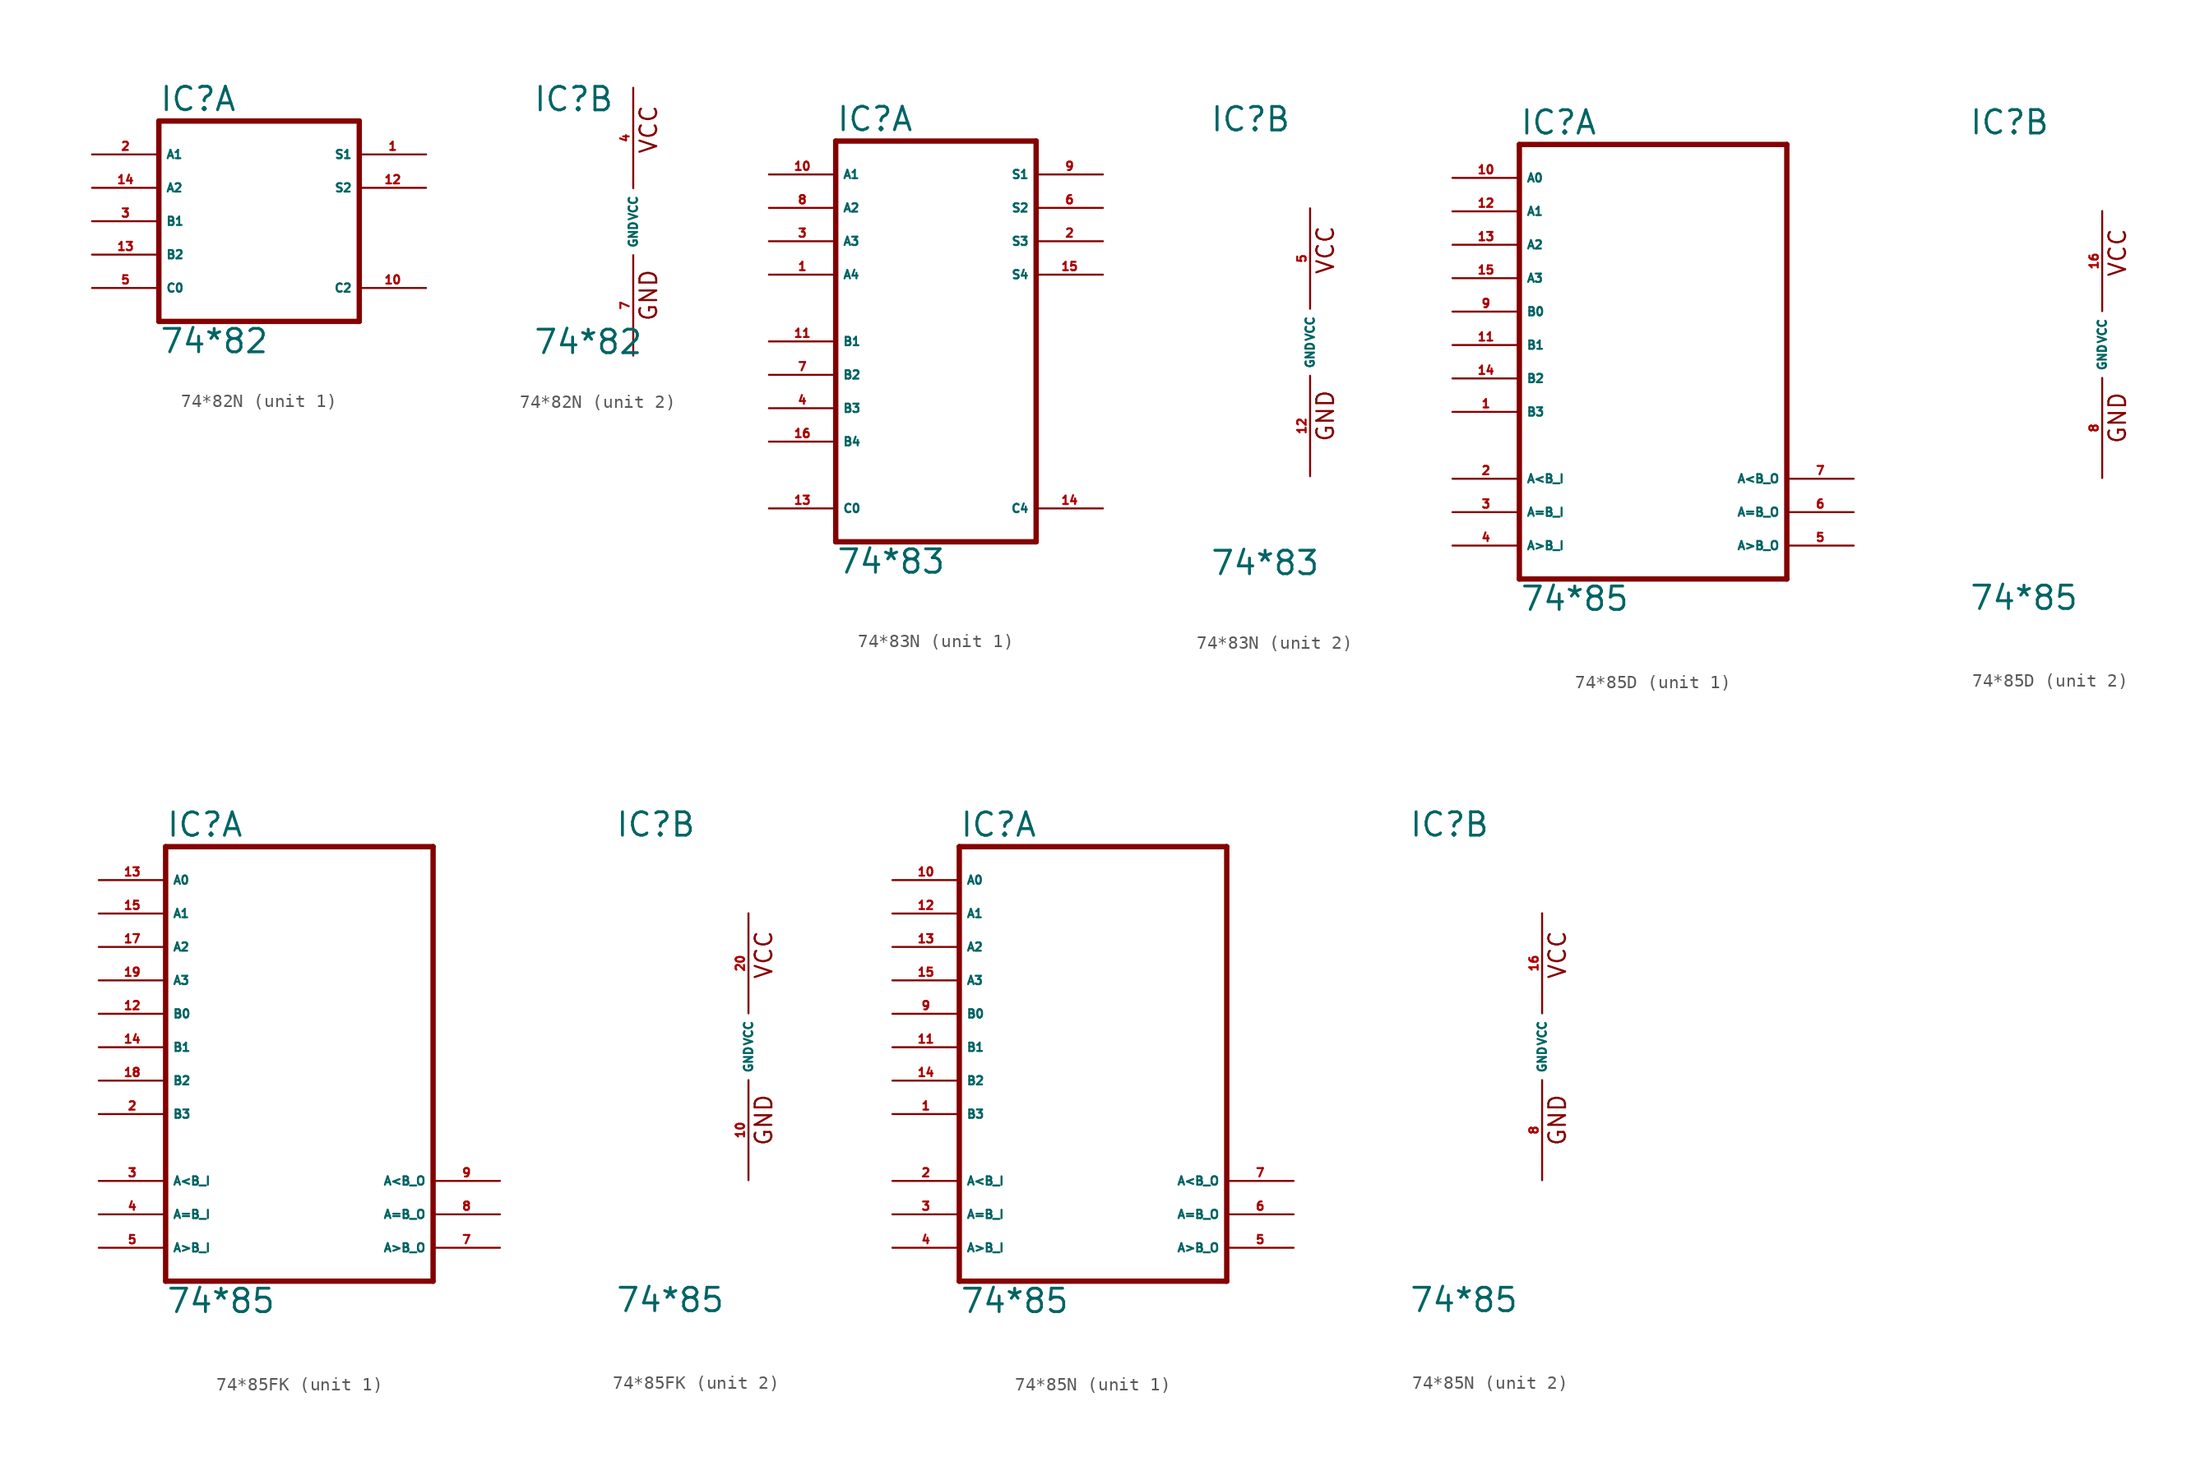
<source format=kicad_sym>
(kicad_symbol_lib
  (version 20220914)
  (generator Eagle2Kicad)
  (symbol "74*82N"
    (property "Reference" "IC"
      (at -7.62 8.255 0)
      (effects (font (size 1.778 1.778) (thickness 0.22)) (justify left bottom)))
    (property "Value" "74*82"
      (at -7.62 -10.16 0)
      (effects (font (size 1.778 1.778) (thickness 0.22)) (justify left bottom)))
    (symbol "74*82N_1_0"
      (polyline (pts (xy -7.62 -7.62) (xy 7.62 -7.62)) (stroke (width 0.406) (type default)) (fill (type none)))
      (polyline (pts (xy 7.62 -7.62) (xy 7.62 7.62)) (stroke (width 0.406) (type default)) (fill (type none)))
      (polyline (pts (xy 7.62 7.62) (xy -7.62 7.62)) (stroke (width 0.406) (type default)) (fill (type none)))
      (polyline (pts (xy -7.62 7.62) (xy -7.62 -7.62)) (stroke (width 0.406) (type default)) (fill (type none)))
      (pin output line (at 12.7 5.08 180) (length 5.08) (name "S1" (effects (font (size 0.635 0.635) (thickness 0.08)) (justify left bottom))) (number "1" (effects (font (size 0.635 0.635) (thickness 0.08)) (justify left bottom))))
      (pin input line (at -12.7 5.08 0) (length 5.08) (name "A1" (effects (font (size 0.635 0.635) (thickness 0.08)) (justify left bottom))) (number "2" (effects (font (size 0.635 0.635) (thickness 0.08)) (justify left bottom))))
      (pin input line (at -12.7 0 0) (length 5.08) (name "B1" (effects (font (size 0.635 0.635) (thickness 0.08)) (justify left bottom))) (number "3" (effects (font (size 0.635 0.635) (thickness 0.08)) (justify left bottom))))
      (pin input line (at -12.7 -5.08 0) (length 5.08) (name "C0" (effects (font (size 0.635 0.635) (thickness 0.08)) (justify left bottom))) (number "5" (effects (font (size 0.635 0.635) (thickness 0.08)) (justify left bottom))))
      (pin output line (at 12.7 -5.08 180) (length 5.08) (name "C2" (effects (font (size 0.635 0.635) (thickness 0.08)) (justify left bottom))) (number "10" (effects (font (size 0.635 0.635) (thickness 0.08)) (justify left bottom))))
      (pin output line (at 12.7 2.54 180) (length 5.08) (name "S2" (effects (font (size 0.635 0.635) (thickness 0.08)) (justify left bottom))) (number "12" (effects (font (size 0.635 0.635) (thickness 0.08)) (justify left bottom))))
      (pin input line (at -12.7 -2.54 0) (length 5.08) (name "B2" (effects (font (size 0.635 0.635) (thickness 0.08)) (justify left bottom))) (number "13" (effects (font (size 0.635 0.635) (thickness 0.08)) (justify left bottom))))
      (pin input line (at -12.7 2.54 0) (length 5.08) (name "A2" (effects (font (size 0.635 0.635) (thickness 0.08)) (justify left bottom))) (number "14" (effects (font (size 0.635 0.635) (thickness 0.08)) (justify left bottom)))))
    (symbol "74*82N_2_0"
      (text "GND" (at 1.905 -7.62 900) (effects (font (size 1.27 1.27) (thickness 0.16)) (justify left bottom)))
      (text "VCC" (at 1.905 5.08 900) (effects (font (size 1.27 1.27) (thickness 0.16)) (justify left bottom)))
      (pin unspecified line (at 0 -10.16 90) (length 7.62) (name "GND" (effects (font (size 0.635 0.635) (thickness 0.08)) (justify left bottom))) (number "7" (effects (font (size 0.635 0.635) (thickness 0.08)) (justify left bottom))))
      (pin unspecified line (at 0 10.16 270) (length 7.62) (name "VCC" (effects (font (size 0.635 0.635) (thickness 0.08)) (justify left bottom))) (number "4" (effects (font (size 0.635 0.635) (thickness 0.08)) (justify left bottom))))))
  (symbol "74*83N"
    (property "Reference" "IC"
      (at -7.62 15.875 0)
      (effects (font (size 1.778 1.778) (thickness 0.22)) (justify left bottom)))
    (property "Value" "74*83"
      (at -7.62 -17.78 0)
      (effects (font (size 1.778 1.778) (thickness 0.22)) (justify left bottom)))
    (symbol "74*83N_1_0"
      (polyline (pts (xy -7.62 -15.24) (xy 7.62 -15.24)) (stroke (width 0.406) (type default)) (fill (type none)))
      (polyline (pts (xy 7.62 -15.24) (xy 7.62 15.24)) (stroke (width 0.406) (type default)) (fill (type none)))
      (polyline (pts (xy 7.62 15.24) (xy -7.62 15.24)) (stroke (width 0.406) (type default)) (fill (type none)))
      (polyline (pts (xy -7.62 15.24) (xy -7.62 -15.24)) (stroke (width 0.406) (type default)) (fill (type none)))
      (pin input line (at -12.7 5.08 0) (length 5.08) (name "A4" (effects (font (size 0.635 0.635) (thickness 0.08)) (justify left bottom))) (number "1" (effects (font (size 0.635 0.635) (thickness 0.08)) (justify left bottom))))
      (pin output line (at 12.7 7.62 180) (length 5.08) (name "S3" (effects (font (size 0.635 0.635) (thickness 0.08)) (justify left bottom))) (number "2" (effects (font (size 0.635 0.635) (thickness 0.08)) (justify left bottom))))
      (pin input line (at -12.7 7.62 0) (length 5.08) (name "A3" (effects (font (size 0.635 0.635) (thickness 0.08)) (justify left bottom))) (number "3" (effects (font (size 0.635 0.635) (thickness 0.08)) (justify left bottom))))
      (pin input line (at -12.7 -5.08 0) (length 5.08) (name "B3" (effects (font (size 0.635 0.635) (thickness 0.08)) (justify left bottom))) (number "4" (effects (font (size 0.635 0.635) (thickness 0.08)) (justify left bottom))))
      (pin output line (at 12.7 10.16 180) (length 5.08) (name "S2" (effects (font (size 0.635 0.635) (thickness 0.08)) (justify left bottom))) (number "6" (effects (font (size 0.635 0.635) (thickness 0.08)) (justify left bottom))))
      (pin input line (at -12.7 -2.54 0) (length 5.08) (name "B2" (effects (font (size 0.635 0.635) (thickness 0.08)) (justify left bottom))) (number "7" (effects (font (size 0.635 0.635) (thickness 0.08)) (justify left bottom))))
      (pin input line (at -12.7 10.16 0) (length 5.08) (name "A2" (effects (font (size 0.635 0.635) (thickness 0.08)) (justify left bottom))) (number "8" (effects (font (size 0.635 0.635) (thickness 0.08)) (justify left bottom))))
      (pin output line (at 12.7 12.7 180) (length 5.08) (name "S1" (effects (font (size 0.635 0.635) (thickness 0.08)) (justify left bottom))) (number "9" (effects (font (size 0.635 0.635) (thickness 0.08)) (justify left bottom))))
      (pin input line (at -12.7 12.7 0) (length 5.08) (name "A1" (effects (font (size 0.635 0.635) (thickness 0.08)) (justify left bottom))) (number "10" (effects (font (size 0.635 0.635) (thickness 0.08)) (justify left bottom))))
      (pin input line (at -12.7 0 0) (length 5.08) (name "B1" (effects (font (size 0.635 0.635) (thickness 0.08)) (justify left bottom))) (number "11" (effects (font (size 0.635 0.635) (thickness 0.08)) (justify left bottom))))
      (pin input line (at -12.7 -12.7 0) (length 5.08) (name "C0" (effects (font (size 0.635 0.635) (thickness 0.08)) (justify left bottom))) (number "13" (effects (font (size 0.635 0.635) (thickness 0.08)) (justify left bottom))))
      (pin output line (at 12.7 -12.7 180) (length 5.08) (name "C4" (effects (font (size 0.635 0.635) (thickness 0.08)) (justify left bottom))) (number "14" (effects (font (size 0.635 0.635) (thickness 0.08)) (justify left bottom))))
      (pin output line (at 12.7 5.08 180) (length 5.08) (name "S4" (effects (font (size 0.635 0.635) (thickness 0.08)) (justify left bottom))) (number "15" (effects (font (size 0.635 0.635) (thickness 0.08)) (justify left bottom))))
      (pin input line (at -12.7 -7.62 0) (length 5.08) (name "B4" (effects (font (size 0.635 0.635) (thickness 0.08)) (justify left bottom))) (number "16" (effects (font (size 0.635 0.635) (thickness 0.08)) (justify left bottom)))))
    (symbol "74*83N_2_0"
      (text "GND" (at 1.905 -7.62 900) (effects (font (size 1.27 1.27) (thickness 0.16)) (justify left bottom)))
      (text "VCC" (at 1.905 5.08 900) (effects (font (size 1.27 1.27) (thickness 0.16)) (justify left bottom)))
      (pin unspecified line (at 0 -10.16 90) (length 7.62) (name "GND" (effects (font (size 0.635 0.635) (thickness 0.08)) (justify left bottom))) (number "12" (effects (font (size 0.635 0.635) (thickness 0.08)) (justify left bottom))))
      (pin unspecified line (at 0 10.16 270) (length 7.62) (name "VCC" (effects (font (size 0.635 0.635) (thickness 0.08)) (justify left bottom))) (number "5" (effects (font (size 0.635 0.635) (thickness 0.08)) (justify left bottom))))))
  (symbol "74*85D"
    (property "Reference" "IC"
      (at -10.16 15.875 0)
      (effects (font (size 1.778 1.778) (thickness 0.22)) (justify left bottom)))
    (property "Value" "74*85"
      (at -10.16 -20.32 0)
      (effects (font (size 1.778 1.778) (thickness 0.22)) (justify left bottom)))
    (symbol "74*85D_1_0"
      (polyline (pts (xy -10.16 -17.78) (xy 10.16 -17.78)) (stroke (width 0.406) (type default)) (fill (type none)))
      (polyline (pts (xy 10.16 -17.78) (xy 10.16 15.24)) (stroke (width 0.406) (type default)) (fill (type none)))
      (polyline (pts (xy 10.16 15.24) (xy -10.16 15.24)) (stroke (width 0.406) (type default)) (fill (type none)))
      (polyline (pts (xy -10.16 15.24) (xy -10.16 -17.78)) (stroke (width 0.406) (type default)) (fill (type none)))
      (pin input line (at -15.24 -5.08 0) (length 5.08) (name "B3" (effects (font (size 0.635 0.635) (thickness 0.08)) (justify left bottom))) (number "1" (effects (font (size 0.635 0.635) (thickness 0.08)) (justify left bottom))))
      (pin input line (at -15.24 -10.16 0) (length 5.08) (name "A<B_I" (effects (font (size 0.635 0.635) (thickness 0.08)) (justify left bottom))) (number "2" (effects (font (size 0.635 0.635) (thickness 0.08)) (justify left bottom))))
      (pin input line (at -15.24 -12.7 0) (length 5.08) (name "A=B_I" (effects (font (size 0.635 0.635) (thickness 0.08)) (justify left bottom))) (number "3" (effects (font (size 0.635 0.635) (thickness 0.08)) (justify left bottom))))
      (pin input line (at -15.24 -15.24 0) (length 5.08) (name "A>B_I" (effects (font (size 0.635 0.635) (thickness 0.08)) (justify left bottom))) (number "4" (effects (font (size 0.635 0.635) (thickness 0.08)) (justify left bottom))))
      (pin output line (at 15.24 -15.24 180) (length 5.08) (name "A>B_O" (effects (font (size 0.635 0.635) (thickness 0.08)) (justify left bottom))) (number "5" (effects (font (size 0.635 0.635) (thickness 0.08)) (justify left bottom))))
      (pin output line (at 15.24 -12.7 180) (length 5.08) (name "A=B_O" (effects (font (size 0.635 0.635) (thickness 0.08)) (justify left bottom))) (number "6" (effects (font (size 0.635 0.635) (thickness 0.08)) (justify left bottom))))
      (pin output line (at 15.24 -10.16 180) (length 5.08) (name "A<B_O" (effects (font (size 0.635 0.635) (thickness 0.08)) (justify left bottom))) (number "7" (effects (font (size 0.635 0.635) (thickness 0.08)) (justify left bottom))))
      (pin input line (at -15.24 2.54 0) (length 5.08) (name "B0" (effects (font (size 0.635 0.635) (thickness 0.08)) (justify left bottom))) (number "9" (effects (font (size 0.635 0.635) (thickness 0.08)) (justify left bottom))))
      (pin input line (at -15.24 12.7 0) (length 5.08) (name "A0" (effects (font (size 0.635 0.635) (thickness 0.08)) (justify left bottom))) (number "10" (effects (font (size 0.635 0.635) (thickness 0.08)) (justify left bottom))))
      (pin input line (at -15.24 0 0) (length 5.08) (name "B1" (effects (font (size 0.635 0.635) (thickness 0.08)) (justify left bottom))) (number "11" (effects (font (size 0.635 0.635) (thickness 0.08)) (justify left bottom))))
      (pin input line (at -15.24 10.16 0) (length 5.08) (name "A1" (effects (font (size 0.635 0.635) (thickness 0.08)) (justify left bottom))) (number "12" (effects (font (size 0.635 0.635) (thickness 0.08)) (justify left bottom))))
      (pin input line (at -15.24 7.62 0) (length 5.08) (name "A2" (effects (font (size 0.635 0.635) (thickness 0.08)) (justify left bottom))) (number "13" (effects (font (size 0.635 0.635) (thickness 0.08)) (justify left bottom))))
      (pin input line (at -15.24 -2.54 0) (length 5.08) (name "B2" (effects (font (size 0.635 0.635) (thickness 0.08)) (justify left bottom))) (number "14" (effects (font (size 0.635 0.635) (thickness 0.08)) (justify left bottom))))
      (pin input line (at -15.24 5.08 0) (length 5.08) (name "A3" (effects (font (size 0.635 0.635) (thickness 0.08)) (justify left bottom))) (number "15" (effects (font (size 0.635 0.635) (thickness 0.08)) (justify left bottom)))))
    (symbol "74*85D_2_0"
      (text "GND" (at 1.905 -7.62 900) (effects (font (size 1.27 1.27) (thickness 0.16)) (justify left bottom)))
      (text "VCC" (at 1.905 5.08 900) (effects (font (size 1.27 1.27) (thickness 0.16)) (justify left bottom)))
      (pin unspecified line (at 0 -10.16 90) (length 7.62) (name "GND" (effects (font (size 0.635 0.635) (thickness 0.08)) (justify left bottom))) (number "8" (effects (font (size 0.635 0.635) (thickness 0.08)) (justify left bottom))))
      (pin unspecified line (at 0 10.16 270) (length 7.62) (name "VCC" (effects (font (size 0.635 0.635) (thickness 0.08)) (justify left bottom))) (number "16" (effects (font (size 0.635 0.635) (thickness 0.08)) (justify left bottom))))))
  (symbol "74*85FK"
    (property "Reference" "IC"
      (at -10.16 15.875 0)
      (effects (font (size 1.778 1.778) (thickness 0.22)) (justify left bottom)))
    (property "Value" "74*85"
      (at -10.16 -20.32 0)
      (effects (font (size 1.778 1.778) (thickness 0.22)) (justify left bottom)))
    (symbol "74*85FK_1_0"
      (polyline (pts (xy -10.16 -17.78) (xy 10.16 -17.78)) (stroke (width 0.406) (type default)) (fill (type none)))
      (polyline (pts (xy 10.16 -17.78) (xy 10.16 15.24)) (stroke (width 0.406) (type default)) (fill (type none)))
      (polyline (pts (xy 10.16 15.24) (xy -10.16 15.24)) (stroke (width 0.406) (type default)) (fill (type none)))
      (polyline (pts (xy -10.16 15.24) (xy -10.16 -17.78)) (stroke (width 0.406) (type default)) (fill (type none)))
      (pin input line (at -15.24 -5.08 0) (length 5.08) (name "B3" (effects (font (size 0.635 0.635) (thickness 0.08)) (justify left bottom))) (number "2" (effects (font (size 0.635 0.635) (thickness 0.08)) (justify left bottom))))
      (pin input line (at -15.24 -10.16 0) (length 5.08) (name "A<B_I" (effects (font (size 0.635 0.635) (thickness 0.08)) (justify left bottom))) (number "3" (effects (font (size 0.635 0.635) (thickness 0.08)) (justify left bottom))))
      (pin input line (at -15.24 -12.7 0) (length 5.08) (name "A=B_I" (effects (font (size 0.635 0.635) (thickness 0.08)) (justify left bottom))) (number "4" (effects (font (size 0.635 0.635) (thickness 0.08)) (justify left bottom))))
      (pin input line (at -15.24 -15.24 0) (length 5.08) (name "A>B_I" (effects (font (size 0.635 0.635) (thickness 0.08)) (justify left bottom))) (number "5" (effects (font (size 0.635 0.635) (thickness 0.08)) (justify left bottom))))
      (pin output line (at 15.24 -15.24 180) (length 5.08) (name "A>B_O" (effects (font (size 0.635 0.635) (thickness 0.08)) (justify left bottom))) (number "7" (effects (font (size 0.635 0.635) (thickness 0.08)) (justify left bottom))))
      (pin output line (at 15.24 -12.7 180) (length 5.08) (name "A=B_O" (effects (font (size 0.635 0.635) (thickness 0.08)) (justify left bottom))) (number "8" (effects (font (size 0.635 0.635) (thickness 0.08)) (justify left bottom))))
      (pin output line (at 15.24 -10.16 180) (length 5.08) (name "A<B_O" (effects (font (size 0.635 0.635) (thickness 0.08)) (justify left bottom))) (number "9" (effects (font (size 0.635 0.635) (thickness 0.08)) (justify left bottom))))
      (pin input line (at -15.24 2.54 0) (length 5.08) (name "B0" (effects (font (size 0.635 0.635) (thickness 0.08)) (justify left bottom))) (number "12" (effects (font (size 0.635 0.635) (thickness 0.08)) (justify left bottom))))
      (pin input line (at -15.24 12.7 0) (length 5.08) (name "A0" (effects (font (size 0.635 0.635) (thickness 0.08)) (justify left bottom))) (number "13" (effects (font (size 0.635 0.635) (thickness 0.08)) (justify left bottom))))
      (pin input line (at -15.24 0 0) (length 5.08) (name "B1" (effects (font (size 0.635 0.635) (thickness 0.08)) (justify left bottom))) (number "14" (effects (font (size 0.635 0.635) (thickness 0.08)) (justify left bottom))))
      (pin input line (at -15.24 10.16 0) (length 5.08) (name "A1" (effects (font (size 0.635 0.635) (thickness 0.08)) (justify left bottom))) (number "15" (effects (font (size 0.635 0.635) (thickness 0.08)) (justify left bottom))))
      (pin input line (at -15.24 7.62 0) (length 5.08) (name "A2" (effects (font (size 0.635 0.635) (thickness 0.08)) (justify left bottom))) (number "17" (effects (font (size 0.635 0.635) (thickness 0.08)) (justify left bottom))))
      (pin input line (at -15.24 -2.54 0) (length 5.08) (name "B2" (effects (font (size 0.635 0.635) (thickness 0.08)) (justify left bottom))) (number "18" (effects (font (size 0.635 0.635) (thickness 0.08)) (justify left bottom))))
      (pin input line (at -15.24 5.08 0) (length 5.08) (name "A3" (effects (font (size 0.635 0.635) (thickness 0.08)) (justify left bottom))) (number "19" (effects (font (size 0.635 0.635) (thickness 0.08)) (justify left bottom)))))
    (symbol "74*85FK_2_0"
      (text "GND" (at 1.905 -7.62 900) (effects (font (size 1.27 1.27) (thickness 0.16)) (justify left bottom)))
      (text "VCC" (at 1.905 5.08 900) (effects (font (size 1.27 1.27) (thickness 0.16)) (justify left bottom)))
      (pin unspecified line (at 0 -10.16 90) (length 7.62) (name "GND" (effects (font (size 0.635 0.635) (thickness 0.08)) (justify left bottom))) (number "10" (effects (font (size 0.635 0.635) (thickness 0.08)) (justify left bottom))))
      (pin unspecified line (at 0 10.16 270) (length 7.62) (name "VCC" (effects (font (size 0.635 0.635) (thickness 0.08)) (justify left bottom))) (number "20" (effects (font (size 0.635 0.635) (thickness 0.08)) (justify left bottom))))))
  (symbol "74*85N"
    (property "Reference" "IC"
      (at -10.16 15.875 0)
      (effects (font (size 1.778 1.778) (thickness 0.22)) (justify left bottom)))
    (property "Value" "74*85"
      (at -10.16 -20.32 0)
      (effects (font (size 1.778 1.778) (thickness 0.22)) (justify left bottom)))
    (symbol "74*85N_1_0"
      (polyline (pts (xy -10.16 -17.78) (xy 10.16 -17.78)) (stroke (width 0.406) (type default)) (fill (type none)))
      (polyline (pts (xy 10.16 -17.78) (xy 10.16 15.24)) (stroke (width 0.406) (type default)) (fill (type none)))
      (polyline (pts (xy 10.16 15.24) (xy -10.16 15.24)) (stroke (width 0.406) (type default)) (fill (type none)))
      (polyline (pts (xy -10.16 15.24) (xy -10.16 -17.78)) (stroke (width 0.406) (type default)) (fill (type none)))
      (pin input line (at -15.24 -5.08 0) (length 5.08) (name "B3" (effects (font (size 0.635 0.635) (thickness 0.08)) (justify left bottom))) (number "1" (effects (font (size 0.635 0.635) (thickness 0.08)) (justify left bottom))))
      (pin input line (at -15.24 -10.16 0) (length 5.08) (name "A<B_I" (effects (font (size 0.635 0.635) (thickness 0.08)) (justify left bottom))) (number "2" (effects (font (size 0.635 0.635) (thickness 0.08)) (justify left bottom))))
      (pin input line (at -15.24 -12.7 0) (length 5.08) (name "A=B_I" (effects (font (size 0.635 0.635) (thickness 0.08)) (justify left bottom))) (number "3" (effects (font (size 0.635 0.635) (thickness 0.08)) (justify left bottom))))
      (pin input line (at -15.24 -15.24 0) (length 5.08) (name "A>B_I" (effects (font (size 0.635 0.635) (thickness 0.08)) (justify left bottom))) (number "4" (effects (font (size 0.635 0.635) (thickness 0.08)) (justify left bottom))))
      (pin output line (at 15.24 -15.24 180) (length 5.08) (name "A>B_O" (effects (font (size 0.635 0.635) (thickness 0.08)) (justify left bottom))) (number "5" (effects (font (size 0.635 0.635) (thickness 0.08)) (justify left bottom))))
      (pin output line (at 15.24 -12.7 180) (length 5.08) (name "A=B_O" (effects (font (size 0.635 0.635) (thickness 0.08)) (justify left bottom))) (number "6" (effects (font (size 0.635 0.635) (thickness 0.08)) (justify left bottom))))
      (pin output line (at 15.24 -10.16 180) (length 5.08) (name "A<B_O" (effects (font (size 0.635 0.635) (thickness 0.08)) (justify left bottom))) (number "7" (effects (font (size 0.635 0.635) (thickness 0.08)) (justify left bottom))))
      (pin input line (at -15.24 2.54 0) (length 5.08) (name "B0" (effects (font (size 0.635 0.635) (thickness 0.08)) (justify left bottom))) (number "9" (effects (font (size 0.635 0.635) (thickness 0.08)) (justify left bottom))))
      (pin input line (at -15.24 12.7 0) (length 5.08) (name "A0" (effects (font (size 0.635 0.635) (thickness 0.08)) (justify left bottom))) (number "10" (effects (font (size 0.635 0.635) (thickness 0.08)) (justify left bottom))))
      (pin input line (at -15.24 0 0) (length 5.08) (name "B1" (effects (font (size 0.635 0.635) (thickness 0.08)) (justify left bottom))) (number "11" (effects (font (size 0.635 0.635) (thickness 0.08)) (justify left bottom))))
      (pin input line (at -15.24 10.16 0) (length 5.08) (name "A1" (effects (font (size 0.635 0.635) (thickness 0.08)) (justify left bottom))) (number "12" (effects (font (size 0.635 0.635) (thickness 0.08)) (justify left bottom))))
      (pin input line (at -15.24 7.62 0) (length 5.08) (name "A2" (effects (font (size 0.635 0.635) (thickness 0.08)) (justify left bottom))) (number "13" (effects (font (size 0.635 0.635) (thickness 0.08)) (justify left bottom))))
      (pin input line (at -15.24 -2.54 0) (length 5.08) (name "B2" (effects (font (size 0.635 0.635) (thickness 0.08)) (justify left bottom))) (number "14" (effects (font (size 0.635 0.635) (thickness 0.08)) (justify left bottom))))
      (pin input line (at -15.24 5.08 0) (length 5.08) (name "A3" (effects (font (size 0.635 0.635) (thickness 0.08)) (justify left bottom))) (number "15" (effects (font (size 0.635 0.635) (thickness 0.08)) (justify left bottom)))))
    (symbol "74*85N_2_0"
      (text "GND" (at 1.905 -7.62 900) (effects (font (size 1.27 1.27) (thickness 0.16)) (justify left bottom)))
      (text "VCC" (at 1.905 5.08 900) (effects (font (size 1.27 1.27) (thickness 0.16)) (justify left bottom)))
      (pin unspecified line (at 0 -10.16 90) (length 7.62) (name "GND" (effects (font (size 0.635 0.635) (thickness 0.08)) (justify left bottom))) (number "8" (effects (font (size 0.635 0.635) (thickness 0.08)) (justify left bottom))))
      (pin unspecified line (at 0 10.16 270) (length 7.62) (name "VCC" (effects (font (size 0.635 0.635) (thickness 0.08)) (justify left bottom))) (number "16" (effects (font (size 0.635 0.635) (thickness 0.08)) (justify left bottom)))))))
</source>
